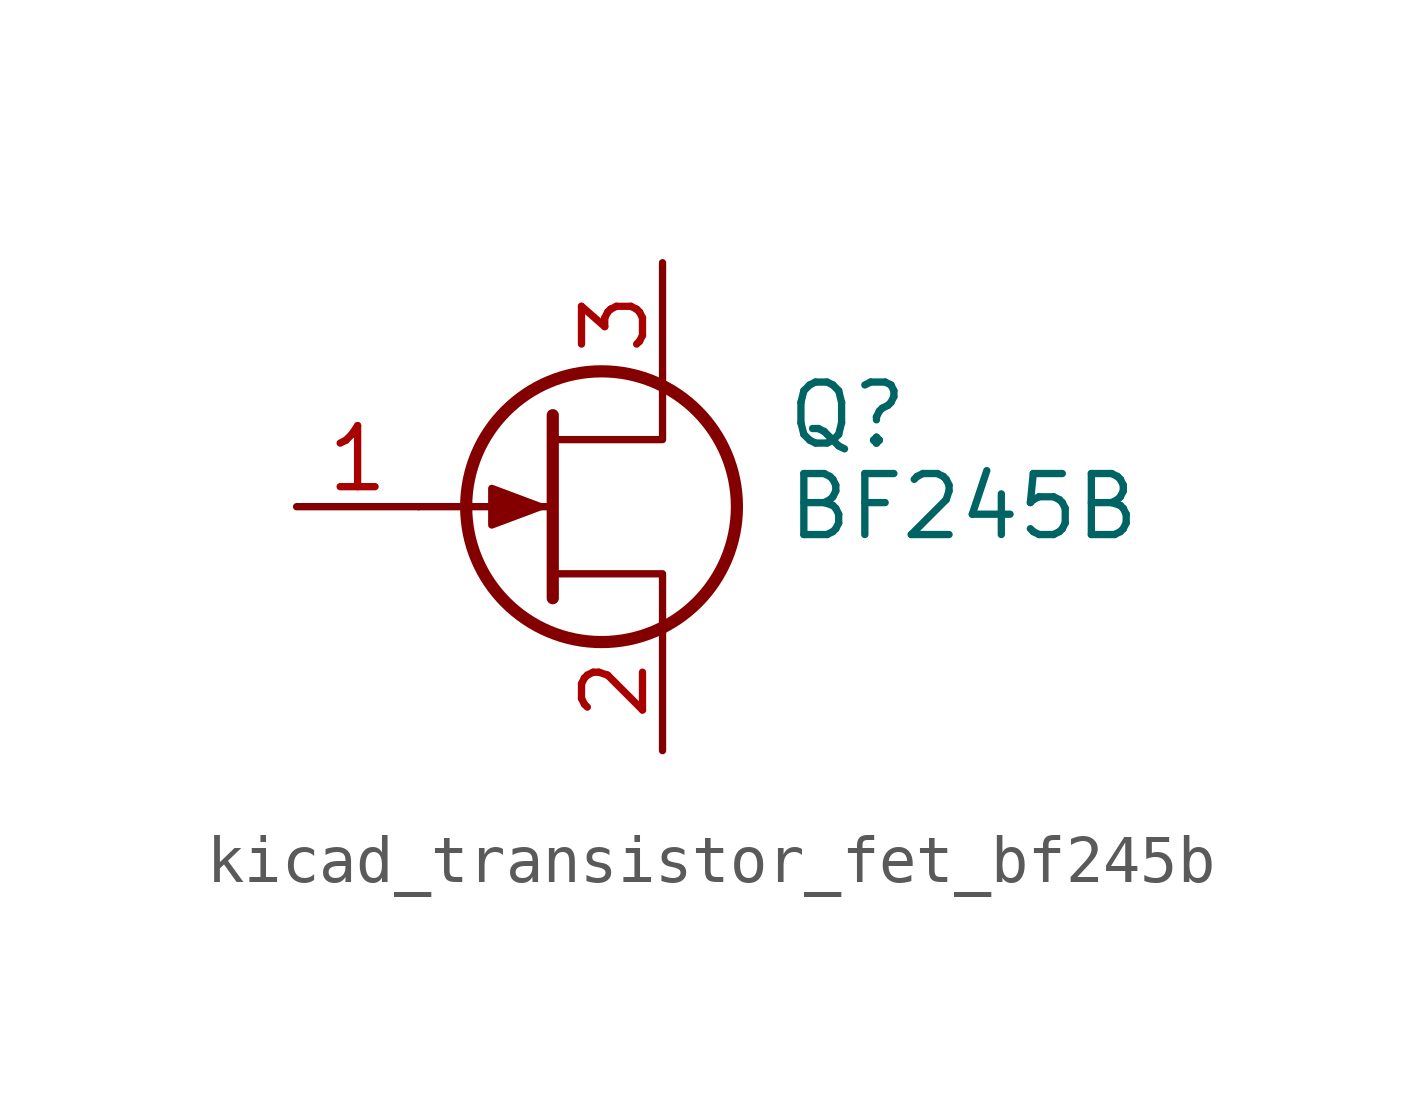
<source format=kicad_sym>
(kicad_symbol_lib
  (version 20220914)
  (generator kicad_symbol_editor)
  (symbol "kicad_transistor_fet_bf245b"
    (pin_names hide)
    (property "Reference" "Q"
      (at 5.08 1.905 0)
      (effects (font (size 1.27 1.27)) (justify left)))
    (property "Value" "BF245B"
      (at 5.08 0 0)
      (effects (font (size 1.27 1.27)) (justify left)))
    (symbol "kicad_transistor_fet_bf245b_0_1"
      (polyline (pts (xy 0.254 0) (xy -2.54 0)) (stroke (width 0) (type default)) (fill (type none)))
      (polyline (pts (xy 0.254 1.905) (xy 0.254 -1.905)) (stroke (width 0.254) (type default)) (fill (type none)))
      (polyline (pts (xy 2.54 -2.54) (xy 2.54 -1.397) (xy 0.254 -1.397)) (stroke (width 0) (type default)) (fill (type none)))
      (polyline (pts (xy 2.54 2.54) (xy 2.54 1.397) (xy 0.254 1.397)) (stroke (width 0) (type default)) (fill (type none)))
      (polyline (pts (xy 0 0) (xy -1.016 0.381) (xy -1.016 -0.381) (xy 0 0)) (stroke (width 0) (type default)) (fill (type outline)))
      (circle (center 1.27 0) (radius 2.819) (stroke (width 0.254) (type default)) (fill (type none))))
    (symbol "kicad_transistor_fet_bf245b_1_1"
      (pin input line (at -5.08 0 0) (length 2.54) (name "G" (effects (font (size 1.27 1.27)))) (number "1" (effects (font (size 1.27 1.27)))))
      (pin passive line (at 2.54 -5.08 90) (length 2.54) (name "S" (effects (font (size 1.27 1.27)))) (number "2" (effects (font (size 1.27 1.27)))))
      (pin passive line (at 2.54 5.08 270) (length 2.54) (name "D" (effects (font (size 1.27 1.27)))) (number "3" (effects (font (size 1.27 1.27))))))))
</source>
